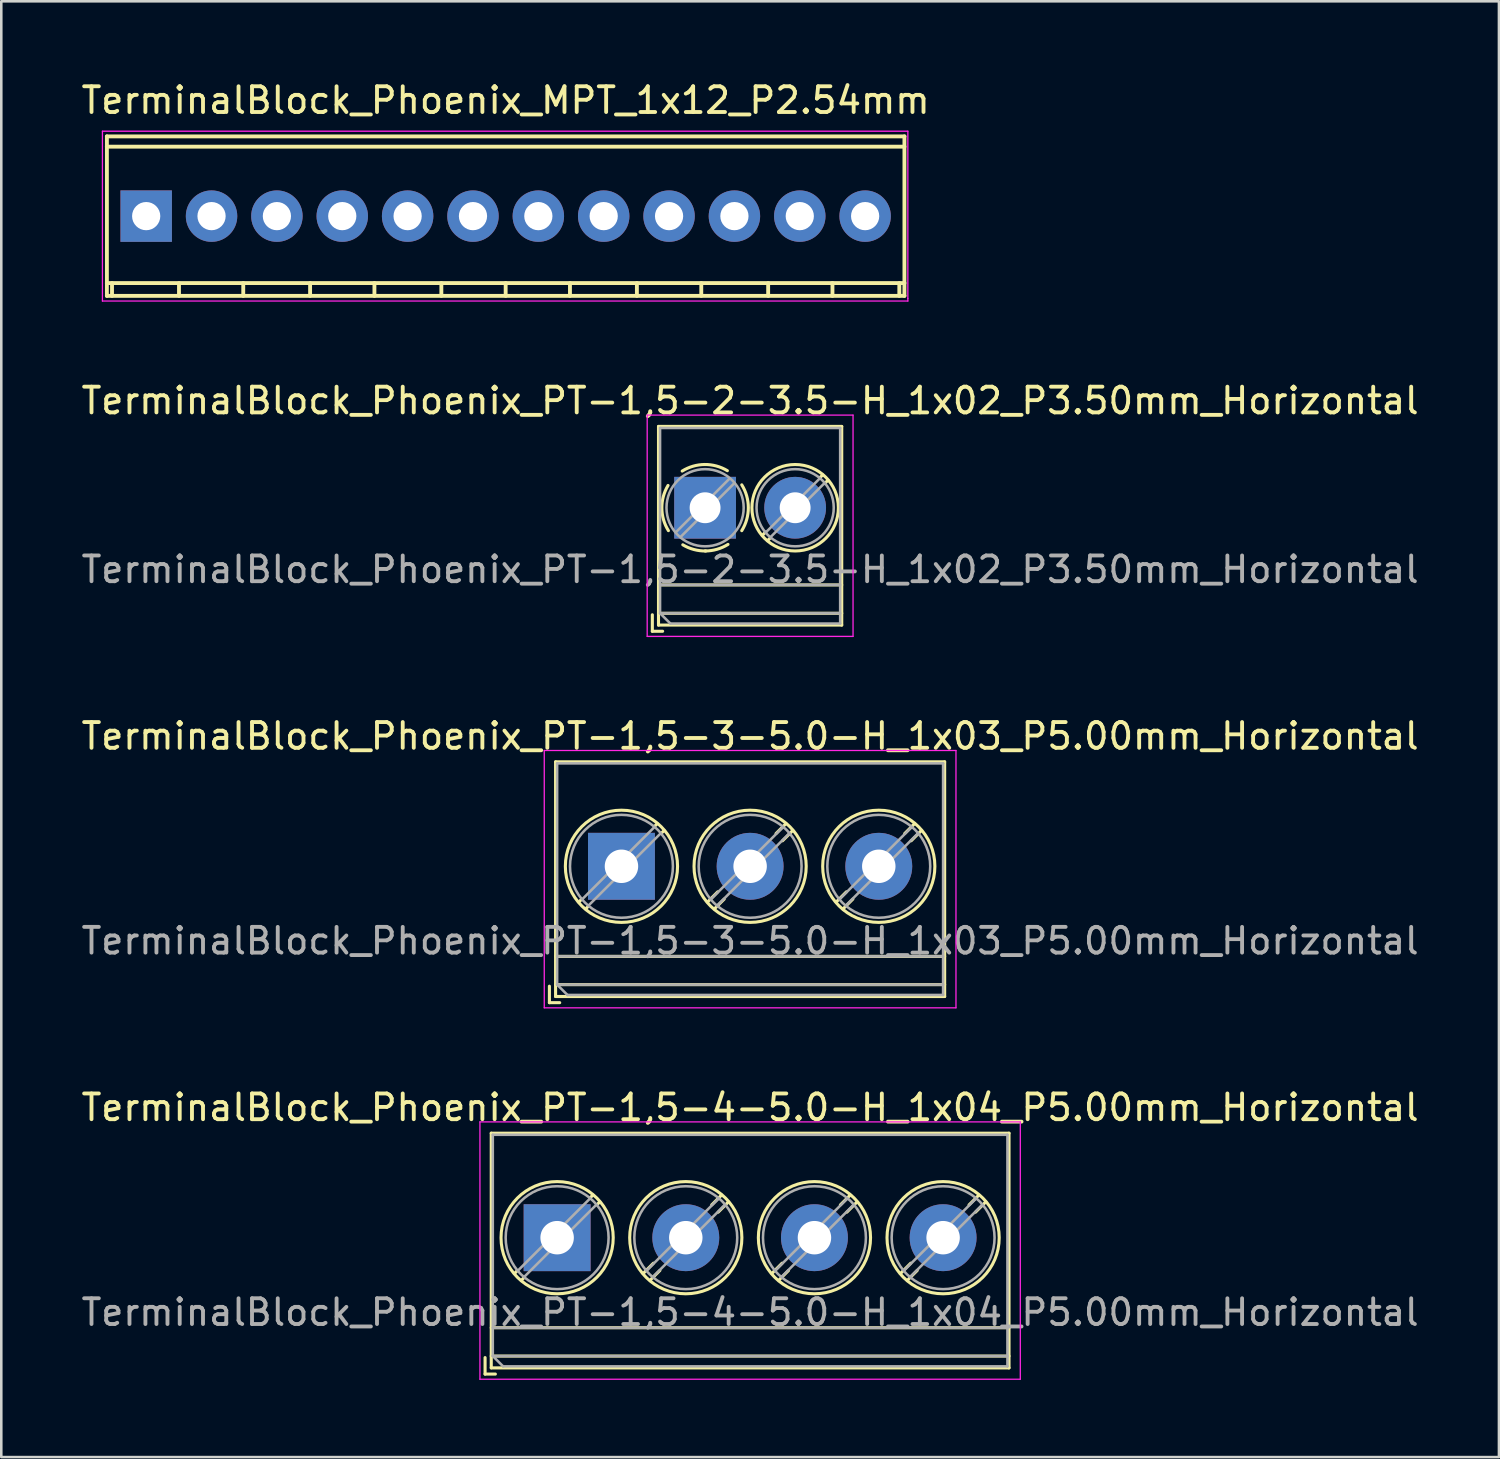
<source format=kicad_pcb>
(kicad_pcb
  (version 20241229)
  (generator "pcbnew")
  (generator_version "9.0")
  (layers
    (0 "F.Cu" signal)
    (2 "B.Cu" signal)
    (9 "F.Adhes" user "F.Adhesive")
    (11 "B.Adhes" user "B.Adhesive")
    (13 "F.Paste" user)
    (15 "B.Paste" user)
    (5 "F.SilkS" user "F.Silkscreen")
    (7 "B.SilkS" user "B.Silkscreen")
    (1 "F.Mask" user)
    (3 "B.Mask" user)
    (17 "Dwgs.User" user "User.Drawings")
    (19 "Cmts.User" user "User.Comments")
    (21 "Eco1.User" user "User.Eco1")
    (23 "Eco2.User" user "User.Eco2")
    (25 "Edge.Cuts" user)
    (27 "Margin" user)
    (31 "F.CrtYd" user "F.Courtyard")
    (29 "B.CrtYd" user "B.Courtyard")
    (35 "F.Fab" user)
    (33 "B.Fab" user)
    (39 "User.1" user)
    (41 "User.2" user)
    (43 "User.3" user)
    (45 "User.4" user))
  (footprint "TerminalBlock_Phoenix_PT-1,5-4-5.0-H_1x04_P5.00mm_Horizontal"
    (layer "F.Cu")
    (at 18.601 45.049)
    (property "Reference" "TerminalBlock_Phoenix_PT-1,5-4-5.0-H_1x04_P5.00mm_Horizontal" (at 7.5 -5.06 0) (layer "F.SilkS") (effects (font (size 1 1) (thickness 0.15))))
    (attr through_hole)
    (fp_line (start -2.8 4.66) (end -2.8 5.3) (stroke (width 0.12) (type solid)) (layer "F.SilkS"))
    (fp_line (start -2.8 5.3) (end -2.4 5.3) (stroke (width 0.12) (type solid)) (layer "F.SilkS"))
    (fp_line (start -2.56 -4.06) (end -2.56 5.06) (stroke (width 0.12) (type solid)) (layer "F.SilkS"))
    (fp_line (start -2.56 -4.06) (end 17.561 -4.06) (stroke (width 0.12) (type solid)) (layer "F.SilkS"))
    (fp_line (start -2.56 3.5) (end 17.561 3.5) (stroke (width 0.12) (type solid)) (layer "F.SilkS"))
    (fp_line (start -2.56 4.6) (end 17.561 4.6) (stroke (width 0.12) (type solid)) (layer "F.SilkS"))
    (fp_line (start -2.56 5.06) (end 17.561 5.06) (stroke (width 0.12) (type solid)) (layer "F.SilkS"))
    (fp_line (start -1.548 1.281) (end -1.654 1.388) (stroke (width 0.12) (type solid)) (layer "F.SilkS"))
    (fp_line (start -1.282 1.547) (end -1.388 1.654) (stroke (width 0.12) (type solid)) (layer "F.SilkS"))
    (fp_line (start 1.388 -1.654) (end 1.281 -1.547) (stroke (width 0.12) (type solid)) (layer "F.SilkS"))
    (fp_line (start 1.654 -1.388) (end 1.547 -1.281) (stroke (width 0.12) (type solid)) (layer "F.SilkS"))
    (fp_line (start 3.742 0.992) (end 3.347 1.388) (stroke (width 0.12) (type solid)) (layer "F.SilkS"))
    (fp_line (start 3.993 1.274) (end 3.613 1.654) (stroke (width 0.12) (type solid)) (layer "F.SilkS"))
    (fp_line (start 6.388 -1.654) (end 6.008 -1.274) (stroke (width 0.12) (type solid)) (layer "F.SilkS"))
    (fp_line (start 6.654 -1.388) (end 6.259 -0.992) (stroke (width 0.12) (type solid)) (layer "F.SilkS"))
    (fp_line (start 8.742 0.992) (end 8.347 1.388) (stroke (width 0.12) (type solid)) (layer "F.SilkS"))
    (fp_line (start 8.993 1.274) (end 8.613 1.654) (stroke (width 0.12) (type solid)) (layer "F.SilkS"))
    (fp_line (start 11.388 -1.654) (end 11.008 -1.274) (stroke (width 0.12) (type solid)) (layer "F.SilkS"))
    (fp_line (start 11.654 -1.388) (end 11.259 -0.992) (stroke (width 0.12) (type solid)) (layer "F.SilkS"))
    (fp_line (start 13.742 0.992) (end 13.347 1.388) (stroke (width 0.12) (type solid)) (layer "F.SilkS"))
    (fp_line (start 13.993 1.274) (end 13.613 1.654) (stroke (width 0.12) (type solid)) (layer "F.SilkS"))
    (fp_line (start 16.388 -1.654) (end 16.008 -1.274) (stroke (width 0.12) (type solid)) (layer "F.SilkS"))
    (fp_line (start 16.654 -1.388) (end 16.259 -0.992) (stroke (width 0.12) (type solid)) (layer "F.SilkS"))
    (fp_line (start 17.561 -4.06) (end 17.561 5.06) (stroke (width 0.12) (type solid)) (layer "F.SilkS"))
    (fp_circle (center 0 0) (end 2.18 0) (stroke (width 0.12) (type solid)) (fill no) (layer "F.SilkS"))
    (fp_circle (center 5 0) (end 7.18 0) (stroke (width 0.12) (type solid)) (fill no) (layer "F.SilkS"))
    (fp_circle (center 10 0) (end 12.18 0) (stroke (width 0.12) (type solid)) (fill no) (layer "F.SilkS"))
    (fp_circle (center 15 0) (end 17.18 0) (stroke (width 0.12) (type solid)) (fill no) (layer "F.SilkS"))
    (fp_line (start -3 -4.5) (end -3 5.5) (stroke (width 0.05) (type solid)) (layer "F.CrtYd"))
    (fp_line (start -3 5.5) (end 18 5.5) (stroke (width 0.05) (type solid)) (layer "F.CrtYd"))
    (fp_line (start 18 -4.5) (end -3 -4.5) (stroke (width 0.05) (type solid)) (layer "F.CrtYd"))
    (fp_line (start 18 5.5) (end 18 -4.5) (stroke (width 0.05) (type solid)) (layer "F.CrtYd"))
    (fp_line (start -2.5 -4) (end 17.5 -4) (stroke (width 0.1) (type solid)) (layer "F.Fab"))
    (fp_line (start -2.5 3.5) (end 17.5 3.5) (stroke (width 0.1) (type solid)) (layer "F.Fab"))
    (fp_line (start -2.5 4.6) (end -2.5 -4) (stroke (width 0.1) (type solid)) (layer "F.Fab"))
    (fp_line (start -2.5 4.6) (end 17.5 4.6) (stroke (width 0.1) (type solid)) (layer "F.Fab"))
    (fp_line (start -2.1 5) (end -2.5 4.6) (stroke (width 0.1) (type solid)) (layer "F.Fab"))
    (fp_line (start 1.273 -1.517) (end -1.517 1.273) (stroke (width 0.1) (type solid)) (layer "F.Fab"))
    (fp_line (start 1.517 -1.273) (end -1.273 1.517) (stroke (width 0.1) (type solid)) (layer "F.Fab"))
    (fp_line (start 6.273 -1.517) (end 3.484 1.273) (stroke (width 0.1) (type solid)) (layer "F.Fab"))
    (fp_line (start 6.517 -1.273) (end 3.728 1.517) (stroke (width 0.1) (type solid)) (layer "F.Fab"))
    (fp_line (start 11.273 -1.517) (end 8.484 1.273) (stroke (width 0.1) (type solid)) (layer "F.Fab"))
    (fp_line (start 11.517 -1.273) (end 8.728 1.517) (stroke (width 0.1) (type solid)) (layer "F.Fab"))
    (fp_line (start 16.273 -1.517) (end 13.484 1.273) (stroke (width 0.1) (type solid)) (layer "F.Fab"))
    (fp_line (start 16.517 -1.273) (end 13.728 1.517) (stroke (width 0.1) (type solid)) (layer "F.Fab"))
    (fp_line (start 17.5 -4) (end 17.5 5) (stroke (width 0.1) (type solid)) (layer "F.Fab"))
    (fp_line (start 17.5 5) (end -2.1 5) (stroke (width 0.1) (type solid)) (layer "F.Fab"))
    (fp_circle (center 0 0) (end 2 0) (stroke (width 0.1) (type solid)) (fill no) (layer "F.Fab"))
    (fp_circle (center 5 0) (end 7 0) (stroke (width 0.1) (type solid)) (fill no) (layer "F.Fab"))
    (fp_circle (center 10 0) (end 12 0) (stroke (width 0.1) (type solid)) (fill no) (layer "F.Fab"))
    (fp_circle (center 15 0) (end 17 0) (stroke (width 0.1) (type solid)) (fill no) (layer "F.Fab"))
    (fp_text user "${REFERENCE}" (at 7.5 2.9 0) (layer "F.Fab") (effects (font (size 1 1) (thickness 0.15))))
    (pad "1" thru_hole rect (at 0 0) (size 2.6 2.6) (drill 1.3) (layers "*.Cu" "*.Mask"))
    (pad "2" thru_hole circle (at 5 0) (size 2.6 2.6) (drill 1.3) (layers "*.Cu" "*.Mask"))
    (pad "3" thru_hole circle (at 10 0) (size 2.6 2.6) (drill 1.3) (layers "*.Cu" "*.Mask"))
    (pad "4" thru_hole circle (at 15 0) (size 2.6 2.6) (drill 1.3) (layers "*.Cu" "*.Mask")))
  (footprint "TerminalBlock_Phoenix_PT-1,5-2-3.5-H_1x02_P3.50mm_Horizontal"
    (layer "F.Cu")
    (at 24.351 16.682)
    (property "Reference" "TerminalBlock_Phoenix_PT-1,5-2-3.5-H_1x02_P3.50mm_Horizontal" (at 1.75 -4.16 0) (layer "F.SilkS") (effects (font (size 1 1) (thickness 0.15))))
    (attr through_hole)
    (fp_line (start -2.05 4.16) (end -2.05 4.8) (stroke (width 0.12) (type solid)) (layer "F.SilkS"))
    (fp_line (start -2.05 4.8) (end -1.65 4.8) (stroke (width 0.12) (type solid)) (layer "F.SilkS"))
    (fp_line (start -1.81 -3.16) (end -1.81 4.56) (stroke (width 0.12) (type solid)) (layer "F.SilkS"))
    (fp_line (start -1.81 -3.16) (end 5.31 -3.16) (stroke (width 0.12) (type solid)) (layer "F.SilkS"))
    (fp_line (start -1.81 3) (end 5.31 3) (stroke (width 0.12) (type solid)) (layer "F.SilkS"))
    (fp_line (start -1.81 4.1) (end 5.31 4.1) (stroke (width 0.12) (type solid)) (layer "F.SilkS"))
    (fp_line (start -1.81 4.56) (end 5.31 4.56) (stroke (width 0.12) (type solid)) (layer "F.SilkS"))
    (fp_line (start 2.355 0.941) (end 2.226 1.069) (stroke (width 0.12) (type solid)) (layer "F.SilkS"))
    (fp_line (start 2.525 1.181) (end 2.431 1.274) (stroke (width 0.12) (type solid)) (layer "F.SilkS"))
    (fp_line (start 4.57 -1.275) (end 4.476 -1.181) (stroke (width 0.12) (type solid)) (layer "F.SilkS"))
    (fp_line (start 4.775 -1.069) (end 4.646 -0.941) (stroke (width 0.12) (type solid)) (layer "F.SilkS"))
    (fp_line (start 5.31 -3.16) (end 5.31 4.56) (stroke (width 0.12) (type solid)) (layer "F.SilkS"))
    (fp_arc (start -1.425358 0.889894) (mid -1.680286 0.014012) (end -1.44 -0.866) (stroke (width 0.12) (type solid)) (layer "F.SilkS"))
    (fp_arc (start -0.889894 -1.425358) (mid -0.014012 -1.680286) (end 0.866 -1.44) (stroke (width 0.12) (type solid)) (layer "F.SilkS"))
    (fp_arc (start 0.028674 1.680099) (mid -0.435535 1.622918) (end -0.866 1.44) (stroke (width 0.12) (type solid)) (layer "F.SilkS"))
    (fp_arc (start 0.890264 1.424721) (mid 0.463071 1.61492) (end 0 1.68) (stroke (width 0.12) (type solid)) (layer "F.SilkS"))
    (fp_arc (start 1.425504 -0.890193) (mid 1.680626 0.000476) (end 1.425 0.891) (stroke (width 0.12) (type solid)) (layer "F.SilkS"))
    (fp_circle (center 3.5 0) (end 5.18 0) (stroke (width 0.12) (type solid)) (fill no) (layer "F.SilkS"))
    (fp_line (start -2.25 -3.6) (end -2.25 5) (stroke (width 0.05) (type solid)) (layer "F.CrtYd"))
    (fp_line (start -2.25 5) (end 5.75 5) (stroke (width 0.05) (type solid)) (layer "F.CrtYd"))
    (fp_line (start 5.75 -3.6) (end -2.25 -3.6) (stroke (width 0.05) (type solid)) (layer "F.CrtYd"))
    (fp_line (start 5.75 5) (end 5.75 -3.6) (stroke (width 0.05) (type solid)) (layer "F.CrtYd"))
    (fp_line (start -1.75 -3.1) (end 5.25 -3.1) (stroke (width 0.1) (type solid)) (layer "F.Fab"))
    (fp_line (start -1.75 3) (end 5.25 3) (stroke (width 0.1) (type solid)) (layer "F.Fab"))
    (fp_line (start -1.75 4.1) (end -1.75 -3.1) (stroke (width 0.1) (type solid)) (layer "F.Fab"))
    (fp_line (start -1.75 4.1) (end 5.25 4.1) (stroke (width 0.1) (type solid)) (layer "F.Fab"))
    (fp_line (start -1.35 4.5) (end -1.75 4.1) (stroke (width 0.1) (type solid)) (layer "F.Fab"))
    (fp_line (start 0.955 -1.138) (end -1.138 0.955) (stroke (width 0.1) (type solid)) (layer "F.Fab"))
    (fp_line (start 1.138 -0.955) (end -0.955 1.138) (stroke (width 0.1) (type solid)) (layer "F.Fab"))
    (fp_line (start 4.455 -1.138) (end 2.363 0.955) (stroke (width 0.1) (type solid)) (layer "F.Fab"))
    (fp_line (start 4.638 -0.955) (end 2.546 1.138) (stroke (width 0.1) (type solid)) (layer "F.Fab"))
    (fp_line (start 5.25 -3.1) (end 5.25 4.5) (stroke (width 0.1) (type solid)) (layer "F.Fab"))
    (fp_line (start 5.25 4.5) (end -1.35 4.5) (stroke (width 0.1) (type solid)) (layer "F.Fab"))
    (fp_circle (center 0 0) (end 1.5 0) (stroke (width 0.1) (type solid)) (fill no) (layer "F.Fab"))
    (fp_circle (center 3.5 0) (end 5 0) (stroke (width 0.1) (type solid)) (fill no) (layer "F.Fab"))
    (fp_text user "${REFERENCE}" (at 1.75 2.4 0) (layer "F.Fab") (effects (font (size 1 1) (thickness 0.15))))
    (pad "1" thru_hole rect (at 0 0) (size 2.4 2.4) (drill 1.2) (layers "*.Cu" "*.Mask"))
    (pad "2" thru_hole circle (at 3.5 0) (size 2.4 2.4) (drill 1.2) (layers "*.Cu" "*.Mask")))
  (footprint "TerminalBlock_Phoenix_MPT_1x12_P2.54mm"
    (layer "F.Cu")
    (at 2.631 5.349)
    (property "Reference" "TerminalBlock_Phoenix_MPT_1x12_P2.54mm" (at 13.97 -4.501 0) (layer "F.SilkS") (effects (font (size 1 1) (thickness 0.15))))
    (attr through_hole)
    (fp_line (start -1.529 -3.099) (end 29.469 -3.099) (stroke (width 0.15) (type solid)) (layer "F.SilkS"))
    (fp_line (start -1.529 2.601) (end 29.469 2.601) (stroke (width 0.15) (type solid)) (layer "F.SilkS"))
    (fp_line (start -1.527 -3.099) (end -1.527 3.099) (stroke (width 0.15) (type solid)) (layer "F.SilkS"))
    (fp_line (start -1.328 3.099) (end -1.328 2.601) (stroke (width 0.15) (type solid)) (layer "F.SilkS"))
    (fp_line (start 1.275 3.099) (end 1.275 2.601) (stroke (width 0.15) (type solid)) (layer "F.SilkS"))
    (fp_line (start 3.772 2.601) (end 3.772 3.099) (stroke (width 0.15) (type solid)) (layer "F.SilkS"))
    (fp_line (start 6.37 2.601) (end 6.37 3.099) (stroke (width 0.15) (type solid)) (layer "F.SilkS"))
    (fp_line (start 8.87 2.601) (end 8.87 3.099) (stroke (width 0.15) (type solid)) (layer "F.SilkS"))
    (fp_line (start 11.471 2.601) (end 11.471 3.099) (stroke (width 0.15) (type solid)) (layer "F.SilkS"))
    (fp_line (start 13.97 2.601) (end 13.97 3.099) (stroke (width 0.15) (type solid)) (layer "F.SilkS"))
    (fp_line (start 16.469 2.601) (end 16.469 3.099) (stroke (width 0.15) (type solid)) (layer "F.SilkS"))
    (fp_line (start 19.07 2.601) (end 19.07 3.099) (stroke (width 0.15) (type solid)) (layer "F.SilkS"))
    (fp_line (start 21.572 2.601) (end 21.572 3.099) (stroke (width 0.15) (type solid)) (layer "F.SilkS"))
    (fp_line (start 24.171 2.601) (end 24.171 3.099) (stroke (width 0.15) (type solid)) (layer "F.SilkS"))
    (fp_line (start 26.67 2.601) (end 26.67 3.099) (stroke (width 0.15) (type solid)) (layer "F.SilkS"))
    (fp_line (start 29.268 2.601) (end 29.268 3.099) (stroke (width 0.15) (type solid)) (layer "F.SilkS"))
    (fp_line (start 29.467 3.099) (end 29.467 -3.099) (stroke (width 0.15) (type solid)) (layer "F.SilkS"))
    (fp_line (start 29.469 -2.7) (end -1.529 -2.7) (stroke (width 0.15) (type solid)) (layer "F.SilkS"))
    (fp_line (start 29.469 3.099) (end -1.529 3.099) (stroke (width 0.15) (type solid)) (layer "F.SilkS"))
    (fp_line (start -1.7 -3.3) (end 29.6 -3.3) (stroke (width 0.05) (type solid)) (layer "F.CrtYd"))
    (fp_line (start -1.7 3.3) (end -1.7 -3.3) (stroke (width 0.05) (type solid)) (layer "F.CrtYd"))
    (fp_line (start 29.6 -3.3) (end 29.6 3.2) (stroke (width 0.05) (type solid)) (layer "F.CrtYd"))
    (fp_line (start 29.6 3.2) (end 29.6 3.3) (stroke (width 0.05) (type solid)) (layer "F.CrtYd"))
    (fp_line (start 29.6 3.3) (end -1.7 3.3) (stroke (width 0.05) (type solid)) (layer "F.CrtYd"))
    (pad "1" thru_hole rect (at 0 0 180) (size 1.999 1.999) (drill 1.097) (layers "*.Cu" "*.Mask"))
    (pad "2" thru_hole oval (at 2.54 0 180) (size 1.999 1.999) (drill 1.097) (layers "*.Cu" "*.Mask"))
    (pad "3" thru_hole oval (at 5.08 0 180) (size 1.999 1.999) (drill 1.097) (layers "*.Cu" "*.Mask"))
    (pad "4" thru_hole oval (at 7.62 0 180) (size 1.999 1.999) (drill 1.097) (layers "*.Cu" "*.Mask"))
    (pad "5" thru_hole oval (at 10.16 0 180) (size 1.999 1.999) (drill 1.097) (layers "*.Cu" "*.Mask"))
    (pad "6" thru_hole oval (at 12.7 0 180) (size 1.999 1.999) (drill 1.097) (layers "*.Cu" "*.Mask"))
    (pad "7" thru_hole oval (at 15.24 0 180) (size 1.999 1.999) (drill 1.097) (layers "*.Cu" "*.Mask"))
    (pad "8" thru_hole oval (at 17.78 0 180) (size 1.999 1.999) (drill 1.097) (layers "*.Cu" "*.Mask"))
    (pad "9" thru_hole oval (at 20.32 0 180) (size 1.999 1.999) (drill 1.097) (layers "*.Cu" "*.Mask"))
    (pad "10" thru_hole oval (at 22.86 0 180) (size 1.999 1.999) (drill 1.097) (layers "*.Cu" "*.Mask"))
    (pad "11" thru_hole oval (at 25.4 0 180) (size 1.999 1.999) (drill 1.097) (layers "*.Cu" "*.Mask"))
    (pad "12" thru_hole oval (at 27.94 0 180) (size 1.999 1.999) (drill 1.097) (layers "*.Cu" "*.Mask")))
  (footprint "TerminalBlock_Phoenix_PT-1,5-3-5.0-H_1x03_P5.00mm_Horizontal"
    (layer "F.Cu")
    (at 21.101 30.616)
    (property "Reference" "TerminalBlock_Phoenix_PT-1,5-3-5.0-H_1x03_P5.00mm_Horizontal" (at 5 -5.06 0) (layer "F.SilkS") (effects (font (size 1 1) (thickness 0.15))))
    (attr through_hole)
    (fp_line (start -2.8 4.66) (end -2.8 5.3) (stroke (width 0.12) (type solid)) (layer "F.SilkS"))
    (fp_line (start -2.8 5.3) (end -2.4 5.3) (stroke (width 0.12) (type solid)) (layer "F.SilkS"))
    (fp_line (start -2.56 -4.06) (end -2.56 5.06) (stroke (width 0.12) (type solid)) (layer "F.SilkS"))
    (fp_line (start -2.56 -4.06) (end 12.56 -4.06) (stroke (width 0.12) (type solid)) (layer "F.SilkS"))
    (fp_line (start -2.56 3.5) (end 12.56 3.5) (stroke (width 0.12) (type solid)) (layer "F.SilkS"))
    (fp_line (start -2.56 4.6) (end 12.56 4.6) (stroke (width 0.12) (type solid)) (layer "F.SilkS"))
    (fp_line (start -2.56 5.06) (end 12.56 5.06) (stroke (width 0.12) (type solid)) (layer "F.SilkS"))
    (fp_line (start -1.548 1.281) (end -1.654 1.388) (stroke (width 0.12) (type solid)) (layer "F.SilkS"))
    (fp_line (start -1.282 1.547) (end -1.388 1.654) (stroke (width 0.12) (type solid)) (layer "F.SilkS"))
    (fp_line (start 1.388 -1.654) (end 1.281 -1.547) (stroke (width 0.12) (type solid)) (layer "F.SilkS"))
    (fp_line (start 1.654 -1.388) (end 1.547 -1.281) (stroke (width 0.12) (type solid)) (layer "F.SilkS"))
    (fp_line (start 3.742 0.992) (end 3.347 1.388) (stroke (width 0.12) (type solid)) (layer "F.SilkS"))
    (fp_line (start 3.993 1.274) (end 3.613 1.654) (stroke (width 0.12) (type solid)) (layer "F.SilkS"))
    (fp_line (start 6.388 -1.654) (end 6.008 -1.274) (stroke (width 0.12) (type solid)) (layer "F.SilkS"))
    (fp_line (start 6.654 -1.388) (end 6.259 -0.992) (stroke (width 0.12) (type solid)) (layer "F.SilkS"))
    (fp_line (start 8.742 0.992) (end 8.347 1.388) (stroke (width 0.12) (type solid)) (layer "F.SilkS"))
    (fp_line (start 8.993 1.274) (end 8.613 1.654) (stroke (width 0.12) (type solid)) (layer "F.SilkS"))
    (fp_line (start 11.388 -1.654) (end 11.008 -1.274) (stroke (width 0.12) (type solid)) (layer "F.SilkS"))
    (fp_line (start 11.654 -1.388) (end 11.259 -0.992) (stroke (width 0.12) (type solid)) (layer "F.SilkS"))
    (fp_line (start 12.56 -4.06) (end 12.56 5.06) (stroke (width 0.12) (type solid)) (layer "F.SilkS"))
    (fp_circle (center 0 0) (end 2.18 0) (stroke (width 0.12) (type solid)) (fill no) (layer "F.SilkS"))
    (fp_circle (center 5 0) (end 7.18 0) (stroke (width 0.12) (type solid)) (fill no) (layer "F.SilkS"))
    (fp_circle (center 10 0) (end 12.18 0) (stroke (width 0.12) (type solid)) (fill no) (layer "F.SilkS"))
    (fp_line (start -3 -4.5) (end -3 5.5) (stroke (width 0.05) (type solid)) (layer "F.CrtYd"))
    (fp_line (start -3 5.5) (end 13 5.5) (stroke (width 0.05) (type solid)) (layer "F.CrtYd"))
    (fp_line (start 13 -4.5) (end -3 -4.5) (stroke (width 0.05) (type solid)) (layer "F.CrtYd"))
    (fp_line (start 13 5.5) (end 13 -4.5) (stroke (width 0.05) (type solid)) (layer "F.CrtYd"))
    (fp_line (start -2.5 -4) (end 12.5 -4) (stroke (width 0.1) (type solid)) (layer "F.Fab"))
    (fp_line (start -2.5 3.5) (end 12.5 3.5) (stroke (width 0.1) (type solid)) (layer "F.Fab"))
    (fp_line (start -2.5 4.6) (end -2.5 -4) (stroke (width 0.1) (type solid)) (layer "F.Fab"))
    (fp_line (start -2.5 4.6) (end 12.5 4.6) (stroke (width 0.1) (type solid)) (layer "F.Fab"))
    (fp_line (start -2.1 5) (end -2.5 4.6) (stroke (width 0.1) (type solid)) (layer "F.Fab"))
    (fp_line (start 1.273 -1.517) (end -1.517 1.273) (stroke (width 0.1) (type solid)) (layer "F.Fab"))
    (fp_line (start 1.517 -1.273) (end -1.273 1.517) (stroke (width 0.1) (type solid)) (layer "F.Fab"))
    (fp_line (start 6.273 -1.517) (end 3.484 1.273) (stroke (width 0.1) (type solid)) (layer "F.Fab"))
    (fp_line (start 6.517 -1.273) (end 3.728 1.517) (stroke (width 0.1) (type solid)) (layer "F.Fab"))
    (fp_line (start 11.273 -1.517) (end 8.484 1.273) (stroke (width 0.1) (type solid)) (layer "F.Fab"))
    (fp_line (start 11.517 -1.273) (end 8.728 1.517) (stroke (width 0.1) (type solid)) (layer "F.Fab"))
    (fp_line (start 12.5 -4) (end 12.5 5) (stroke (width 0.1) (type solid)) (layer "F.Fab"))
    (fp_line (start 12.5 5) (end -2.1 5) (stroke (width 0.1) (type solid)) (layer "F.Fab"))
    (fp_circle (center 0 0) (end 2 0) (stroke (width 0.1) (type solid)) (fill no) (layer "F.Fab"))
    (fp_circle (center 5 0) (end 7 0) (stroke (width 0.1) (type solid)) (fill no) (layer "F.Fab"))
    (fp_circle (center 10 0) (end 12 0) (stroke (width 0.1) (type solid)) (fill no) (layer "F.Fab"))
    (fp_text user "${REFERENCE}" (at 5 2.9 0) (layer "F.Fab") (effects (font (size 1 1) (thickness 0.15))))
    (pad "1" thru_hole rect (at 0 0) (size 2.6 2.6) (drill 1.3) (layers "*.Cu" "*.Mask"))
    (pad "2" thru_hole circle (at 5 0) (size 2.6 2.6) (drill 1.3) (layers "*.Cu" "*.Mask"))
    (pad "3" thru_hole circle (at 10 0) (size 2.6 2.6) (drill 1.3) (layers "*.Cu" "*.Mask")))
  (gr_rect
    (start -3 -3)
    (end 55.202 53.574)
    (stroke (width 0.1) (type default))
    (fill no)
    (layer "Edge.Cuts")))
</source>
